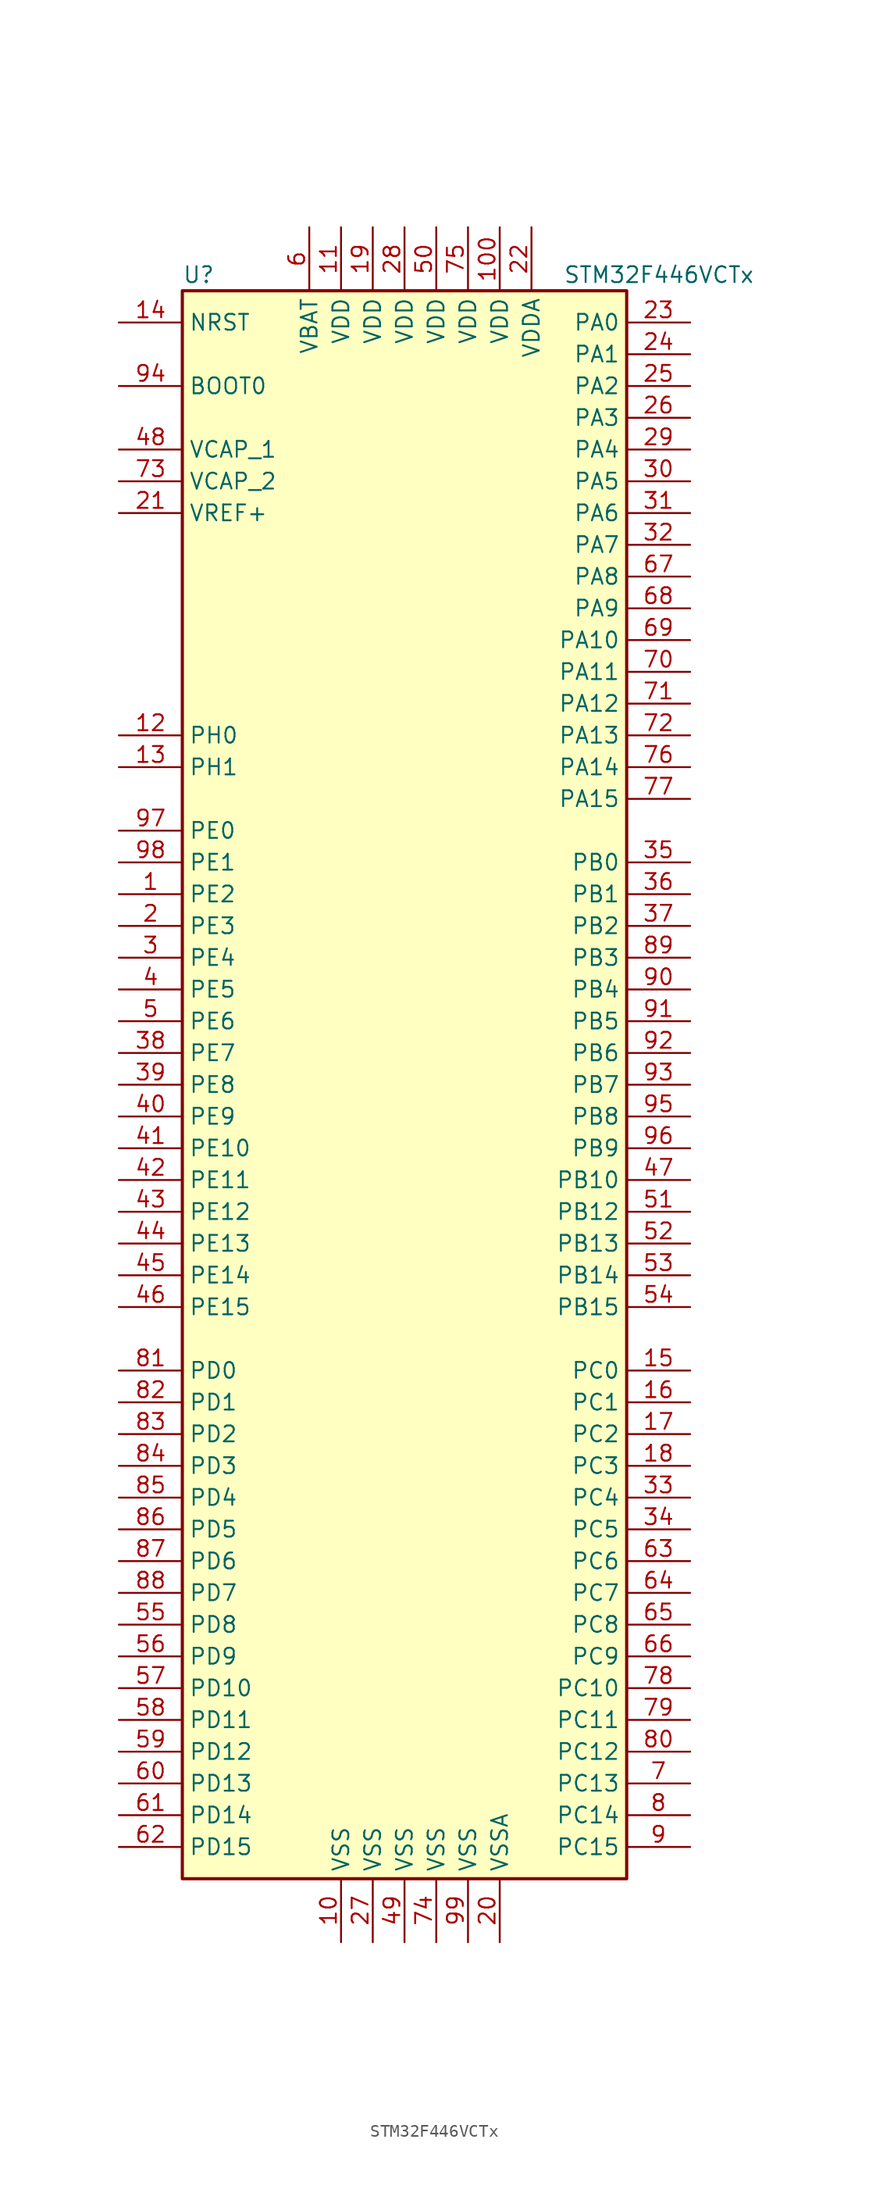
<source format=kicad_sym>
(kicad_symbol_lib
  (version 20201005)
  (generator kicad_symbol_editor)
  (symbol "STM32F446VCTx"
    (property "Reference" "U"
      (at -17.78 64.77 0)
      (effects (font (size 1.27 1.27)) (justify left)))
    (property "Value" "STM32F446VCTx"
      (at 12.7 64.77 0)
      (effects (font (size 1.27 1.27)) (justify left)))
    (symbol "STM32F446VCTx_0_1"
      (rectangle (start -17.78 -63.5) (end 17.78 63.5) (stroke (width 0.254)) (fill (type background))))
    (symbol "STM32F446VCTx_1_1"
      (pin bidirectional line (at -22.86 15.24 0) (length 5.08) (name "PE2" (effects (font (size 1.27 1.27)))) (number "1" (effects (font (size 1.27 1.27)))))
      (pin power_in line (at -5.08 -68.58 90) (length 5.08) (name "VSS" (effects (font (size 1.27 1.27)))) (number "10" (effects (font (size 1.27 1.27)))))
      (pin power_in line (at 7.62 68.58 270) (length 5.08) (name "VDD" (effects (font (size 1.27 1.27)))) (number "100" (effects (font (size 1.27 1.27)))))
      (pin power_in line (at -5.08 68.58 270) (length 5.08) (name "VDD" (effects (font (size 1.27 1.27)))) (number "11" (effects (font (size 1.27 1.27)))))
      (pin input line (at -22.86 27.94 0) (length 5.08) (name "PH0" (effects (font (size 1.27 1.27)))) (number "12" (effects (font (size 1.27 1.27)))))
      (pin input line (at -22.86 25.4 0) (length 5.08) (name "PH1" (effects (font (size 1.27 1.27)))) (number "13" (effects (font (size 1.27 1.27)))))
      (pin input line (at -22.86 60.96 0) (length 5.08) (name "NRST" (effects (font (size 1.27 1.27)))) (number "14" (effects (font (size 1.27 1.27)))))
      (pin bidirectional line (at 22.86 -22.86 180) (length 5.08) (name "PC0" (effects (font (size 1.27 1.27)))) (number "15" (effects (font (size 1.27 1.27)))))
      (pin bidirectional line (at 22.86 -25.4 180) (length 5.08) (name "PC1" (effects (font (size 1.27 1.27)))) (number "16" (effects (font (size 1.27 1.27)))))
      (pin bidirectional line (at 22.86 -27.94 180) (length 5.08) (name "PC2" (effects (font (size 1.27 1.27)))) (number "17" (effects (font (size 1.27 1.27)))))
      (pin bidirectional line (at 22.86 -30.48 180) (length 5.08) (name "PC3" (effects (font (size 1.27 1.27)))) (number "18" (effects (font (size 1.27 1.27)))))
      (pin power_in line (at -2.54 68.58 270) (length 5.08) (name "VDD" (effects (font (size 1.27 1.27)))) (number "19" (effects (font (size 1.27 1.27)))))
      (pin bidirectional line (at -22.86 12.7 0) (length 5.08) (name "PE3" (effects (font (size 1.27 1.27)))) (number "2" (effects (font (size 1.27 1.27)))))
      (pin power_in line (at 7.62 -68.58 90) (length 5.08) (name "VSSA" (effects (font (size 1.27 1.27)))) (number "20" (effects (font (size 1.27 1.27)))))
      (pin power_in line (at -22.86 45.72 0) (length 5.08) (name "VREF+" (effects (font (size 1.27 1.27)))) (number "21" (effects (font (size 1.27 1.27)))))
      (pin power_in line (at 10.16 68.58 270) (length 5.08) (name "VDDA" (effects (font (size 1.27 1.27)))) (number "22" (effects (font (size 1.27 1.27)))))
      (pin bidirectional line (at 22.86 60.96 180) (length 5.08) (name "PA0" (effects (font (size 1.27 1.27)))) (number "23" (effects (font (size 1.27 1.27)))))
      (pin bidirectional line (at 22.86 58.42 180) (length 5.08) (name "PA1" (effects (font (size 1.27 1.27)))) (number "24" (effects (font (size 1.27 1.27)))))
      (pin bidirectional line (at 22.86 55.88 180) (length 5.08) (name "PA2" (effects (font (size 1.27 1.27)))) (number "25" (effects (font (size 1.27 1.27)))))
      (pin bidirectional line (at 22.86 53.34 180) (length 5.08) (name "PA3" (effects (font (size 1.27 1.27)))) (number "26" (effects (font (size 1.27 1.27)))))
      (pin power_in line (at -2.54 -68.58 90) (length 5.08) (name "VSS" (effects (font (size 1.27 1.27)))) (number "27" (effects (font (size 1.27 1.27)))))
      (pin power_in line (at 0 68.58 270) (length 5.08) (name "VDD" (effects (font (size 1.27 1.27)))) (number "28" (effects (font (size 1.27 1.27)))))
      (pin bidirectional line (at 22.86 50.8 180) (length 5.08) (name "PA4" (effects (font (size 1.27 1.27)))) (number "29" (effects (font (size 1.27 1.27)))))
      (pin bidirectional line (at -22.86 10.16 0) (length 5.08) (name "PE4" (effects (font (size 1.27 1.27)))) (number "3" (effects (font (size 1.27 1.27)))))
      (pin bidirectional line (at 22.86 48.26 180) (length 5.08) (name "PA5" (effects (font (size 1.27 1.27)))) (number "30" (effects (font (size 1.27 1.27)))))
      (pin bidirectional line (at 22.86 45.72 180) (length 5.08) (name "PA6" (effects (font (size 1.27 1.27)))) (number "31" (effects (font (size 1.27 1.27)))))
      (pin bidirectional line (at 22.86 43.18 180) (length 5.08) (name "PA7" (effects (font (size 1.27 1.27)))) (number "32" (effects (font (size 1.27 1.27)))))
      (pin bidirectional line (at 22.86 -33.02 180) (length 5.08) (name "PC4" (effects (font (size 1.27 1.27)))) (number "33" (effects (font (size 1.27 1.27)))))
      (pin bidirectional line (at 22.86 -35.56 180) (length 5.08) (name "PC5" (effects (font (size 1.27 1.27)))) (number "34" (effects (font (size 1.27 1.27)))))
      (pin bidirectional line (at 22.86 17.78 180) (length 5.08) (name "PB0" (effects (font (size 1.27 1.27)))) (number "35" (effects (font (size 1.27 1.27)))))
      (pin bidirectional line (at 22.86 15.24 180) (length 5.08) (name "PB1" (effects (font (size 1.27 1.27)))) (number "36" (effects (font (size 1.27 1.27)))))
      (pin bidirectional line (at 22.86 12.7 180) (length 5.08) (name "PB2" (effects (font (size 1.27 1.27)))) (number "37" (effects (font (size 1.27 1.27)))))
      (pin bidirectional line (at -22.86 2.54 0) (length 5.08) (name "PE7" (effects (font (size 1.27 1.27)))) (number "38" (effects (font (size 1.27 1.27)))))
      (pin bidirectional line (at -22.86 0 0) (length 5.08) (name "PE8" (effects (font (size 1.27 1.27)))) (number "39" (effects (font (size 1.27 1.27)))))
      (pin bidirectional line (at -22.86 7.62 0) (length 5.08) (name "PE5" (effects (font (size 1.27 1.27)))) (number "4" (effects (font (size 1.27 1.27)))))
      (pin bidirectional line (at -22.86 -2.54 0) (length 5.08) (name "PE9" (effects (font (size 1.27 1.27)))) (number "40" (effects (font (size 1.27 1.27)))))
      (pin bidirectional line (at -22.86 -5.08 0) (length 5.08) (name "PE10" (effects (font (size 1.27 1.27)))) (number "41" (effects (font (size 1.27 1.27)))))
      (pin bidirectional line (at -22.86 -7.62 0) (length 5.08) (name "PE11" (effects (font (size 1.27 1.27)))) (number "42" (effects (font (size 1.27 1.27)))))
      (pin bidirectional line (at -22.86 -10.16 0) (length 5.08) (name "PE12" (effects (font (size 1.27 1.27)))) (number "43" (effects (font (size 1.27 1.27)))))
      (pin bidirectional line (at -22.86 -12.7 0) (length 5.08) (name "PE13" (effects (font (size 1.27 1.27)))) (number "44" (effects (font (size 1.27 1.27)))))
      (pin bidirectional line (at -22.86 -15.24 0) (length 5.08) (name "PE14" (effects (font (size 1.27 1.27)))) (number "45" (effects (font (size 1.27 1.27)))))
      (pin bidirectional line (at -22.86 -17.78 0) (length 5.08) (name "PE15" (effects (font (size 1.27 1.27)))) (number "46" (effects (font (size 1.27 1.27)))))
      (pin bidirectional line (at 22.86 -7.62 180) (length 5.08) (name "PB10" (effects (font (size 1.27 1.27)))) (number "47" (effects (font (size 1.27 1.27)))))
      (pin power_in line (at -22.86 50.8 0) (length 5.08) (name "VCAP_1" (effects (font (size 1.27 1.27)))) (number "48" (effects (font (size 1.27 1.27)))))
      (pin power_in line (at 0 -68.58 90) (length 5.08) (name "VSS" (effects (font (size 1.27 1.27)))) (number "49" (effects (font (size 1.27 1.27)))))
      (pin bidirectional line (at -22.86 5.08 0) (length 5.08) (name "PE6" (effects (font (size 1.27 1.27)))) (number "5" (effects (font (size 1.27 1.27)))))
      (pin power_in line (at 2.54 68.58 270) (length 5.08) (name "VDD" (effects (font (size 1.27 1.27)))) (number "50" (effects (font (size 1.27 1.27)))))
      (pin bidirectional line (at 22.86 -10.16 180) (length 5.08) (name "PB12" (effects (font (size 1.27 1.27)))) (number "51" (effects (font (size 1.27 1.27)))))
      (pin bidirectional line (at 22.86 -12.7 180) (length 5.08) (name "PB13" (effects (font (size 1.27 1.27)))) (number "52" (effects (font (size 1.27 1.27)))))
      (pin bidirectional line (at 22.86 -15.24 180) (length 5.08) (name "PB14" (effects (font (size 1.27 1.27)))) (number "53" (effects (font (size 1.27 1.27)))))
      (pin bidirectional line (at 22.86 -17.78 180) (length 5.08) (name "PB15" (effects (font (size 1.27 1.27)))) (number "54" (effects (font (size 1.27 1.27)))))
      (pin bidirectional line (at -22.86 -43.18 0) (length 5.08) (name "PD8" (effects (font (size 1.27 1.27)))) (number "55" (effects (font (size 1.27 1.27)))))
      (pin bidirectional line (at -22.86 -45.72 0) (length 5.08) (name "PD9" (effects (font (size 1.27 1.27)))) (number "56" (effects (font (size 1.27 1.27)))))
      (pin bidirectional line (at -22.86 -48.26 0) (length 5.08) (name "PD10" (effects (font (size 1.27 1.27)))) (number "57" (effects (font (size 1.27 1.27)))))
      (pin bidirectional line (at -22.86 -50.8 0) (length 5.08) (name "PD11" (effects (font (size 1.27 1.27)))) (number "58" (effects (font (size 1.27 1.27)))))
      (pin bidirectional line (at -22.86 -53.34 0) (length 5.08) (name "PD12" (effects (font (size 1.27 1.27)))) (number "59" (effects (font (size 1.27 1.27)))))
      (pin power_in line (at -7.62 68.58 270) (length 5.08) (name "VBAT" (effects (font (size 1.27 1.27)))) (number "6" (effects (font (size 1.27 1.27)))))
      (pin bidirectional line (at -22.86 -55.88 0) (length 5.08) (name "PD13" (effects (font (size 1.27 1.27)))) (number "60" (effects (font (size 1.27 1.27)))))
      (pin bidirectional line (at -22.86 -58.42 0) (length 5.08) (name "PD14" (effects (font (size 1.27 1.27)))) (number "61" (effects (font (size 1.27 1.27)))))
      (pin bidirectional line (at -22.86 -60.96 0) (length 5.08) (name "PD15" (effects (font (size 1.27 1.27)))) (number "62" (effects (font (size 1.27 1.27)))))
      (pin bidirectional line (at 22.86 -38.1 180) (length 5.08) (name "PC6" (effects (font (size 1.27 1.27)))) (number "63" (effects (font (size 1.27 1.27)))))
      (pin bidirectional line (at 22.86 -40.64 180) (length 5.08) (name "PC7" (effects (font (size 1.27 1.27)))) (number "64" (effects (font (size 1.27 1.27)))))
      (pin bidirectional line (at 22.86 -43.18 180) (length 5.08) (name "PC8" (effects (font (size 1.27 1.27)))) (number "65" (effects (font (size 1.27 1.27)))))
      (pin bidirectional line (at 22.86 -45.72 180) (length 5.08) (name "PC9" (effects (font (size 1.27 1.27)))) (number "66" (effects (font (size 1.27 1.27)))))
      (pin bidirectional line (at 22.86 40.64 180) (length 5.08) (name "PA8" (effects (font (size 1.27 1.27)))) (number "67" (effects (font (size 1.27 1.27)))))
      (pin bidirectional line (at 22.86 38.1 180) (length 5.08) (name "PA9" (effects (font (size 1.27 1.27)))) (number "68" (effects (font (size 1.27 1.27)))))
      (pin bidirectional line (at 22.86 35.56 180) (length 5.08) (name "PA10" (effects (font (size 1.27 1.27)))) (number "69" (effects (font (size 1.27 1.27)))))
      (pin bidirectional line (at 22.86 -55.88 180) (length 5.08) (name "PC13" (effects (font (size 1.27 1.27)))) (number "7" (effects (font (size 1.27 1.27)))))
      (pin bidirectional line (at 22.86 33.02 180) (length 5.08) (name "PA11" (effects (font (size 1.27 1.27)))) (number "70" (effects (font (size 1.27 1.27)))))
      (pin bidirectional line (at 22.86 30.48 180) (length 5.08) (name "PA12" (effects (font (size 1.27 1.27)))) (number "71" (effects (font (size 1.27 1.27)))))
      (pin bidirectional line (at 22.86 27.94 180) (length 5.08) (name "PA13" (effects (font (size 1.27 1.27)))) (number "72" (effects (font (size 1.27 1.27)))))
      (pin power_in line (at -22.86 48.26 0) (length 5.08) (name "VCAP_2" (effects (font (size 1.27 1.27)))) (number "73" (effects (font (size 1.27 1.27)))))
      (pin power_in line (at 2.54 -68.58 90) (length 5.08) (name "VSS" (effects (font (size 1.27 1.27)))) (number "74" (effects (font (size 1.27 1.27)))))
      (pin power_in line (at 5.08 68.58 270) (length 5.08) (name "VDD" (effects (font (size 1.27 1.27)))) (number "75" (effects (font (size 1.27 1.27)))))
      (pin bidirectional line (at 22.86 25.4 180) (length 5.08) (name "PA14" (effects (font (size 1.27 1.27)))) (number "76" (effects (font (size 1.27 1.27)))))
      (pin bidirectional line (at 22.86 22.86 180) (length 5.08) (name "PA15" (effects (font (size 1.27 1.27)))) (number "77" (effects (font (size 1.27 1.27)))))
      (pin bidirectional line (at 22.86 -48.26 180) (length 5.08) (name "PC10" (effects (font (size 1.27 1.27)))) (number "78" (effects (font (size 1.27 1.27)))))
      (pin bidirectional line (at 22.86 -50.8 180) (length 5.08) (name "PC11" (effects (font (size 1.27 1.27)))) (number "79" (effects (font (size 1.27 1.27)))))
      (pin bidirectional line (at 22.86 -58.42 180) (length 5.08) (name "PC14" (effects (font (size 1.27 1.27)))) (number "8" (effects (font (size 1.27 1.27)))))
      (pin bidirectional line (at 22.86 -53.34 180) (length 5.08) (name "PC12" (effects (font (size 1.27 1.27)))) (number "80" (effects (font (size 1.27 1.27)))))
      (pin bidirectional line (at -22.86 -22.86 0) (length 5.08) (name "PD0" (effects (font (size 1.27 1.27)))) (number "81" (effects (font (size 1.27 1.27)))))
      (pin bidirectional line (at -22.86 -25.4 0) (length 5.08) (name "PD1" (effects (font (size 1.27 1.27)))) (number "82" (effects (font (size 1.27 1.27)))))
      (pin bidirectional line (at -22.86 -27.94 0) (length 5.08) (name "PD2" (effects (font (size 1.27 1.27)))) (number "83" (effects (font (size 1.27 1.27)))))
      (pin bidirectional line (at -22.86 -30.48 0) (length 5.08) (name "PD3" (effects (font (size 1.27 1.27)))) (number "84" (effects (font (size 1.27 1.27)))))
      (pin bidirectional line (at -22.86 -33.02 0) (length 5.08) (name "PD4" (effects (font (size 1.27 1.27)))) (number "85" (effects (font (size 1.27 1.27)))))
      (pin bidirectional line (at -22.86 -35.56 0) (length 5.08) (name "PD5" (effects (font (size 1.27 1.27)))) (number "86" (effects (font (size 1.27 1.27)))))
      (pin bidirectional line (at -22.86 -38.1 0) (length 5.08) (name "PD6" (effects (font (size 1.27 1.27)))) (number "87" (effects (font (size 1.27 1.27)))))
      (pin bidirectional line (at -22.86 -40.64 0) (length 5.08) (name "PD7" (effects (font (size 1.27 1.27)))) (number "88" (effects (font (size 1.27 1.27)))))
      (pin bidirectional line (at 22.86 10.16 180) (length 5.08) (name "PB3" (effects (font (size 1.27 1.27)))) (number "89" (effects (font (size 1.27 1.27)))))
      (pin bidirectional line (at 22.86 -60.96 180) (length 5.08) (name "PC15" (effects (font (size 1.27 1.27)))) (number "9" (effects (font (size 1.27 1.27)))))
      (pin bidirectional line (at 22.86 7.62 180) (length 5.08) (name "PB4" (effects (font (size 1.27 1.27)))) (number "90" (effects (font (size 1.27 1.27)))))
      (pin bidirectional line (at 22.86 5.08 180) (length 5.08) (name "PB5" (effects (font (size 1.27 1.27)))) (number "91" (effects (font (size 1.27 1.27)))))
      (pin bidirectional line (at 22.86 2.54 180) (length 5.08) (name "PB6" (effects (font (size 1.27 1.27)))) (number "92" (effects (font (size 1.27 1.27)))))
      (pin bidirectional line (at 22.86 0 180) (length 5.08) (name "PB7" (effects (font (size 1.27 1.27)))) (number "93" (effects (font (size 1.27 1.27)))))
      (pin input line (at -22.86 55.88 0) (length 5.08) (name "BOOT0" (effects (font (size 1.27 1.27)))) (number "94" (effects (font (size 1.27 1.27)))))
      (pin bidirectional line (at 22.86 -2.54 180) (length 5.08) (name "PB8" (effects (font (size 1.27 1.27)))) (number "95" (effects (font (size 1.27 1.27)))))
      (pin bidirectional line (at 22.86 -5.08 180) (length 5.08) (name "PB9" (effects (font (size 1.27 1.27)))) (number "96" (effects (font (size 1.27 1.27)))))
      (pin bidirectional line (at -22.86 20.32 0) (length 5.08) (name "PE0" (effects (font (size 1.27 1.27)))) (number "97" (effects (font (size 1.27 1.27)))))
      (pin bidirectional line (at -22.86 17.78 0) (length 5.08) (name "PE1" (effects (font (size 1.27 1.27)))) (number "98" (effects (font (size 1.27 1.27)))))
      (pin power_in line (at 5.08 -68.58 90) (length 5.08) (name "VSS" (effects (font (size 1.27 1.27)))) (number "99" (effects (font (size 1.27 1.27))))))))
</source>
